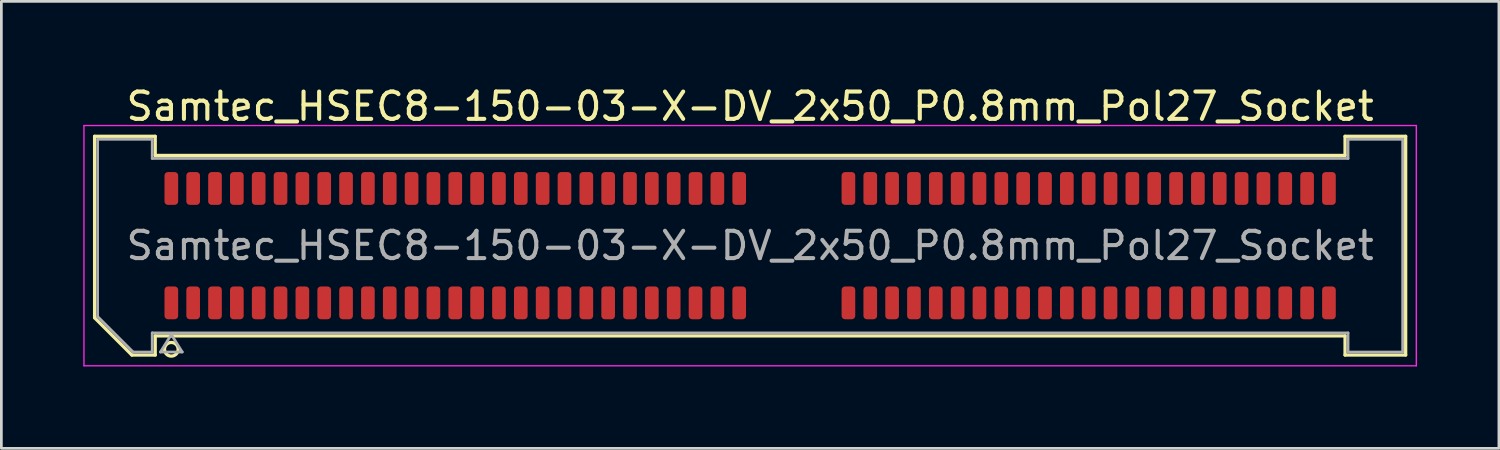
<source format=kicad_pcb>
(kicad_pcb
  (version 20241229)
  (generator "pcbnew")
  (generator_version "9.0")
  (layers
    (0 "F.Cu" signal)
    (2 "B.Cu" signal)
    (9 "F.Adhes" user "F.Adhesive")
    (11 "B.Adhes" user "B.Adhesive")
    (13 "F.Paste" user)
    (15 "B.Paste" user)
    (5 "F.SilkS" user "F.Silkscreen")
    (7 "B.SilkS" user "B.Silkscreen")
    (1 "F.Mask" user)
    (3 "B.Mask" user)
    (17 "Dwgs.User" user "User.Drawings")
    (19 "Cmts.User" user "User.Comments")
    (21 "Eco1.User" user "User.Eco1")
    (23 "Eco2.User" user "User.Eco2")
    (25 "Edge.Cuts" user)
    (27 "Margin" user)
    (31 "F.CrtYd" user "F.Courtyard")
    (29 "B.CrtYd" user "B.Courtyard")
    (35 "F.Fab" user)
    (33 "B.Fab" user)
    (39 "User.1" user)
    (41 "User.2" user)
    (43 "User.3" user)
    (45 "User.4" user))
  (footprint "Samtec_HSEC8-150-03-X-DV_2x50_P0.8mm_Pol27_Socket"
    (layer "F.Cu")
    (at 24.425 5.948)
    (property "Reference" "Samtec_HSEC8-150-03-X-DV_2x50_P0.8mm_Pol27_Socket" (at 0 -5.1 0) (layer "F.SilkS") (effects (font (size 1 1) (thickness 0.15))))
    (attr smd)
    (fp_line (start -24.01 -4.005) (end -21.79 -4.005) (stroke (width 0.12) (type solid)) (layer "F.SilkS"))
    (fp_line (start -24.01 2.641) (end -24.01 -4.005) (stroke (width 0.12) (type solid)) (layer "F.SilkS"))
    (fp_line (start -22.646 4.005) (end -24.01 2.641) (stroke (width 0.12) (type solid)) (layer "F.SilkS"))
    (fp_line (start -21.79 -4.005) (end -21.79 -3.305) (stroke (width 0.12) (type solid)) (layer "F.SilkS"))
    (fp_line (start -21.79 -3.305) (end 21.79 -3.305) (stroke (width 0.12) (type solid)) (layer "F.SilkS"))
    (fp_line (start -21.79 3.305) (end -21.79 4.005) (stroke (width 0.12) (type solid)) (layer "F.SilkS"))
    (fp_line (start -21.79 4.005) (end -22.646 4.005) (stroke (width 0.12) (type solid)) (layer "F.SilkS"))
    (fp_line (start 21.79 -4.005) (end 24.01 -4.005) (stroke (width 0.12) (type solid)) (layer "F.SilkS"))
    (fp_line (start 21.79 -3.305) (end 21.79 -4.005) (stroke (width 0.12) (type solid)) (layer "F.SilkS"))
    (fp_line (start 21.79 3.305) (end -21.79 3.305) (stroke (width 0.12) (type solid)) (layer "F.SilkS"))
    (fp_line (start 21.79 4.005) (end 21.79 3.305) (stroke (width 0.12) (type solid)) (layer "F.SilkS"))
    (fp_line (start 24.01 -4.005) (end 24.01 4.005) (stroke (width 0.12) (type solid)) (layer "F.SilkS"))
    (fp_line (start 24.01 4.005) (end 21.79 4.005) (stroke (width 0.12) (type solid)) (layer "F.SilkS"))
    (fp_circle (center -21.2 3.795) (end -20.95 3.795) (stroke (width 0.12) (type solid)) (fill no) (layer "F.SilkS"))
    (fp_line (start -24.4 -4.4) (end -24.4 4.4) (stroke (width 0.05) (type solid)) (layer "F.CrtYd"))
    (fp_line (start -24.4 4.4) (end 24.4 4.4) (stroke (width 0.05) (type solid)) (layer "F.CrtYd"))
    (fp_line (start 24.4 -4.4) (end -24.4 -4.4) (stroke (width 0.05) (type solid)) (layer "F.CrtYd"))
    (fp_line (start 24.4 4.4) (end 24.4 -4.4) (stroke (width 0.05) (type solid)) (layer "F.CrtYd"))
    (fp_line (start -23.9 -3.895) (end -21.9 -3.895) (stroke (width 0.1) (type solid)) (layer "F.Fab"))
    (fp_line (start -23.9 2.595) (end -23.9 -3.895) (stroke (width 0.1) (type solid)) (layer "F.Fab"))
    (fp_line (start -22.6 3.895) (end -23.9 2.595) (stroke (width 0.1) (type solid)) (layer "F.Fab"))
    (fp_line (start -21.9 -3.895) (end -21.9 -3.195) (stroke (width 0.1) (type solid)) (layer "F.Fab"))
    (fp_line (start -21.9 -3.195) (end 21.9 -3.195) (stroke (width 0.1) (type solid)) (layer "F.Fab"))
    (fp_line (start -21.9 3.195) (end -21.9 3.895) (stroke (width 0.1) (type solid)) (layer "F.Fab"))
    (fp_line (start -21.9 3.895) (end -22.6 3.895) (stroke (width 0.1) (type solid)) (layer "F.Fab"))
    (fp_line (start -21.6 3.895) (end -21.2 3.255) (stroke (width 0.1) (type solid)) (layer "F.Fab"))
    (fp_line (start -21.2 3.255) (end -20.8 3.895) (stroke (width 0.1) (type solid)) (layer "F.Fab"))
    (fp_line (start -20.8 3.895) (end -21.6 3.895) (stroke (width 0.1) (type solid)) (layer "F.Fab"))
    (fp_line (start 21.9 -3.895) (end 23.9 -3.895) (stroke (width 0.1) (type solid)) (layer "F.Fab"))
    (fp_line (start 21.9 -3.195) (end 21.9 -3.895) (stroke (width 0.1) (type solid)) (layer "F.Fab"))
    (fp_line (start 21.9 3.195) (end -21.9 3.195) (stroke (width 0.1) (type solid)) (layer "F.Fab"))
    (fp_line (start 21.9 3.895) (end 21.9 3.195) (stroke (width 0.1) (type solid)) (layer "F.Fab"))
    (fp_line (start 23.9 -3.895) (end 23.9 3.895) (stroke (width 0.1) (type solid)) (layer "F.Fab"))
    (fp_line (start 23.9 3.895) (end 21.9 3.895) (stroke (width 0.1) (type solid)) (layer "F.Fab"))
    (fp_text user "${REFERENCE}" (at 0 0 0) (layer "F.Fab") (effects (font (size 1 1) (thickness 0.15))))
    (pad "1" smd roundrect (at -21.2 2.095) (size 0.5 1.2) (layers "F.Cu" "F.Mask" "F.Paste") (roundrect_rratio 0.25))
    (pad "2" smd roundrect (at -21.2 -2.095) (size 0.5 1.2) (layers "F.Cu" "F.Mask" "F.Paste") (roundrect_rratio 0.25))
    (pad "3" smd roundrect (at -20.4 2.095) (size 0.5 1.2) (layers "F.Cu" "F.Mask" "F.Paste") (roundrect_rratio 0.25))
    (pad "4" smd roundrect (at -20.4 -2.095) (size 0.5 1.2) (layers "F.Cu" "F.Mask" "F.Paste") (roundrect_rratio 0.25))
    (pad "5" smd roundrect (at -19.6 2.095) (size 0.5 1.2) (layers "F.Cu" "F.Mask" "F.Paste") (roundrect_rratio 0.25))
    (pad "6" smd roundrect (at -19.6 -2.095) (size 0.5 1.2) (layers "F.Cu" "F.Mask" "F.Paste") (roundrect_rratio 0.25))
    (pad "7" smd roundrect (at -18.8 2.095) (size 0.5 1.2) (layers "F.Cu" "F.Mask" "F.Paste") (roundrect_rratio 0.25))
    (pad "8" smd roundrect (at -18.8 -2.095) (size 0.5 1.2) (layers "F.Cu" "F.Mask" "F.Paste") (roundrect_rratio 0.25))
    (pad "9" smd roundrect (at -18 2.095) (size 0.5 1.2) (layers "F.Cu" "F.Mask" "F.Paste") (roundrect_rratio 0.25))
    (pad "10" smd roundrect (at -18 -2.095) (size 0.5 1.2) (layers "F.Cu" "F.Mask" "F.Paste") (roundrect_rratio 0.25))
    (pad "11" smd roundrect (at -17.2 2.095) (size 0.5 1.2) (layers "F.Cu" "F.Mask" "F.Paste") (roundrect_rratio 0.25))
    (pad "12" smd roundrect (at -17.2 -2.095) (size 0.5 1.2) (layers "F.Cu" "F.Mask" "F.Paste") (roundrect_rratio 0.25))
    (pad "13" smd roundrect (at -16.4 2.095) (size 0.5 1.2) (layers "F.Cu" "F.Mask" "F.Paste") (roundrect_rratio 0.25))
    (pad "14" smd roundrect (at -16.4 -2.095) (size 0.5 1.2) (layers "F.Cu" "F.Mask" "F.Paste") (roundrect_rratio 0.25))
    (pad "15" smd roundrect (at -15.6 2.095) (size 0.5 1.2) (layers "F.Cu" "F.Mask" "F.Paste") (roundrect_rratio 0.25))
    (pad "16" smd roundrect (at -15.6 -2.095) (size 0.5 1.2) (layers "F.Cu" "F.Mask" "F.Paste") (roundrect_rratio 0.25))
    (pad "17" smd roundrect (at -14.8 2.095) (size 0.5 1.2) (layers "F.Cu" "F.Mask" "F.Paste") (roundrect_rratio 0.25))
    (pad "18" smd roundrect (at -14.8 -2.095) (size 0.5 1.2) (layers "F.Cu" "F.Mask" "F.Paste") (roundrect_rratio 0.25))
    (pad "19" smd roundrect (at -14 2.095) (size 0.5 1.2) (layers "F.Cu" "F.Mask" "F.Paste") (roundrect_rratio 0.25))
    (pad "20" smd roundrect (at -14 -2.095) (size 0.5 1.2) (layers "F.Cu" "F.Mask" "F.Paste") (roundrect_rratio 0.25))
    (pad "21" smd roundrect (at -13.2 2.095) (size 0.5 1.2) (layers "F.Cu" "F.Mask" "F.Paste") (roundrect_rratio 0.25))
    (pad "22" smd roundrect (at -13.2 -2.095) (size 0.5 1.2) (layers "F.Cu" "F.Mask" "F.Paste") (roundrect_rratio 0.25))
    (pad "23" smd roundrect (at -12.4 2.095) (size 0.5 1.2) (layers "F.Cu" "F.Mask" "F.Paste") (roundrect_rratio 0.25))
    (pad "24" smd roundrect (at -12.4 -2.095) (size 0.5 1.2) (layers "F.Cu" "F.Mask" "F.Paste") (roundrect_rratio 0.25))
    (pad "25" smd roundrect (at -11.6 2.095) (size 0.5 1.2) (layers "F.Cu" "F.Mask" "F.Paste") (roundrect_rratio 0.25))
    (pad "26" smd roundrect (at -11.6 -2.095) (size 0.5 1.2) (layers "F.Cu" "F.Mask" "F.Paste") (roundrect_rratio 0.25))
    (pad "27" smd roundrect (at -10.8 2.095) (size 0.5 1.2) (layers "F.Cu" "F.Mask" "F.Paste") (roundrect_rratio 0.25))
    (pad "28" smd roundrect (at -10.8 -2.095) (size 0.5 1.2) (layers "F.Cu" "F.Mask" "F.Paste") (roundrect_rratio 0.25))
    (pad "29" smd roundrect (at -10 2.095) (size 0.5 1.2) (layers "F.Cu" "F.Mask" "F.Paste") (roundrect_rratio 0.25))
    (pad "30" smd roundrect (at -10 -2.095) (size 0.5 1.2) (layers "F.Cu" "F.Mask" "F.Paste") (roundrect_rratio 0.25))
    (pad "31" smd roundrect (at -9.2 2.095) (size 0.5 1.2) (layers "F.Cu" "F.Mask" "F.Paste") (roundrect_rratio 0.25))
    (pad "32" smd roundrect (at -9.2 -2.095) (size 0.5 1.2) (layers "F.Cu" "F.Mask" "F.Paste") (roundrect_rratio 0.25))
    (pad "33" smd roundrect (at -8.4 2.095) (size 0.5 1.2) (layers "F.Cu" "F.Mask" "F.Paste") (roundrect_rratio 0.25))
    (pad "34" smd roundrect (at -8.4 -2.095) (size 0.5 1.2) (layers "F.Cu" "F.Mask" "F.Paste") (roundrect_rratio 0.25))
    (pad "35" smd roundrect (at -7.6 2.095) (size 0.5 1.2) (layers "F.Cu" "F.Mask" "F.Paste") (roundrect_rratio 0.25))
    (pad "36" smd roundrect (at -7.6 -2.095) (size 0.5 1.2) (layers "F.Cu" "F.Mask" "F.Paste") (roundrect_rratio 0.25))
    (pad "37" smd roundrect (at -6.8 2.095) (size 0.5 1.2) (layers "F.Cu" "F.Mask" "F.Paste") (roundrect_rratio 0.25))
    (pad "38" smd roundrect (at -6.8 -2.095) (size 0.5 1.2) (layers "F.Cu" "F.Mask" "F.Paste") (roundrect_rratio 0.25))
    (pad "39" smd roundrect (at -6 2.095) (size 0.5 1.2) (layers "F.Cu" "F.Mask" "F.Paste") (roundrect_rratio 0.25))
    (pad "40" smd roundrect (at -6 -2.095) (size 0.5 1.2) (layers "F.Cu" "F.Mask" "F.Paste") (roundrect_rratio 0.25))
    (pad "41" smd roundrect (at -5.2 2.095) (size 0.5 1.2) (layers "F.Cu" "F.Mask" "F.Paste") (roundrect_rratio 0.25))
    (pad "42" smd roundrect (at -5.2 -2.095) (size 0.5 1.2) (layers "F.Cu" "F.Mask" "F.Paste") (roundrect_rratio 0.25))
    (pad "43" smd roundrect (at -4.4 2.095) (size 0.5 1.2) (layers "F.Cu" "F.Mask" "F.Paste") (roundrect_rratio 0.25))
    (pad "44" smd roundrect (at -4.4 -2.095) (size 0.5 1.2) (layers "F.Cu" "F.Mask" "F.Paste") (roundrect_rratio 0.25))
    (pad "45" smd roundrect (at -3.6 2.095) (size 0.5 1.2) (layers "F.Cu" "F.Mask" "F.Paste") (roundrect_rratio 0.25))
    (pad "46" smd roundrect (at -3.6 -2.095) (size 0.5 1.2) (layers "F.Cu" "F.Mask" "F.Paste") (roundrect_rratio 0.25))
    (pad "47" smd roundrect (at -2.8 2.095) (size 0.5 1.2) (layers "F.Cu" "F.Mask" "F.Paste") (roundrect_rratio 0.25))
    (pad "48" smd roundrect (at -2.8 -2.095) (size 0.5 1.2) (layers "F.Cu" "F.Mask" "F.Paste") (roundrect_rratio 0.25))
    (pad "49" smd roundrect (at -2 2.095) (size 0.5 1.2) (layers "F.Cu" "F.Mask" "F.Paste") (roundrect_rratio 0.25))
    (pad "50" smd roundrect (at -2 -2.095) (size 0.5 1.2) (layers "F.Cu" "F.Mask" "F.Paste") (roundrect_rratio 0.25))
    (pad "51" smd roundrect (at -1.2 2.095) (size 0.5 1.2) (layers "F.Cu" "F.Mask" "F.Paste") (roundrect_rratio 0.25))
    (pad "52" smd roundrect (at -1.2 -2.095) (size 0.5 1.2) (layers "F.Cu" "F.Mask" "F.Paste") (roundrect_rratio 0.25))
    (pad "53" smd roundrect (at -0.4 2.095) (size 0.5 1.2) (layers "F.Cu" "F.Mask" "F.Paste") (roundrect_rratio 0.25))
    (pad "54" smd roundrect (at -0.4 -2.095) (size 0.5 1.2) (layers "F.Cu" "F.Mask" "F.Paste") (roundrect_rratio 0.25))
    (pad "55" smd roundrect (at 3.6 2.095) (size 0.5 1.2) (layers "F.Cu" "F.Mask" "F.Paste") (roundrect_rratio 0.25))
    (pad "56" smd roundrect (at 3.6 -2.095) (size 0.5 1.2) (layers "F.Cu" "F.Mask" "F.Paste") (roundrect_rratio 0.25))
    (pad "57" smd roundrect (at 4.4 2.095) (size 0.5 1.2) (layers "F.Cu" "F.Mask" "F.Paste") (roundrect_rratio 0.25))
    (pad "58" smd roundrect (at 4.4 -2.095) (size 0.5 1.2) (layers "F.Cu" "F.Mask" "F.Paste") (roundrect_rratio 0.25))
    (pad "59" smd roundrect (at 5.2 2.095) (size 0.5 1.2) (layers "F.Cu" "F.Mask" "F.Paste") (roundrect_rratio 0.25))
    (pad "60" smd roundrect (at 5.2 -2.095) (size 0.5 1.2) (layers "F.Cu" "F.Mask" "F.Paste") (roundrect_rratio 0.25))
    (pad "61" smd roundrect (at 6 2.095) (size 0.5 1.2) (layers "F.Cu" "F.Mask" "F.Paste") (roundrect_rratio 0.25))
    (pad "62" smd roundrect (at 6 -2.095) (size 0.5 1.2) (layers "F.Cu" "F.Mask" "F.Paste") (roundrect_rratio 0.25))
    (pad "63" smd roundrect (at 6.8 2.095) (size 0.5 1.2) (layers "F.Cu" "F.Mask" "F.Paste") (roundrect_rratio 0.25))
    (pad "64" smd roundrect (at 6.8 -2.095) (size 0.5 1.2) (layers "F.Cu" "F.Mask" "F.Paste") (roundrect_rratio 0.25))
    (pad "65" smd roundrect (at 7.6 2.095) (size 0.5 1.2) (layers "F.Cu" "F.Mask" "F.Paste") (roundrect_rratio 0.25))
    (pad "66" smd roundrect (at 7.6 -2.095) (size 0.5 1.2) (layers "F.Cu" "F.Mask" "F.Paste") (roundrect_rratio 0.25))
    (pad "67" smd roundrect (at 8.4 2.095) (size 0.5 1.2) (layers "F.Cu" "F.Mask" "F.Paste") (roundrect_rratio 0.25))
    (pad "68" smd roundrect (at 8.4 -2.095) (size 0.5 1.2) (layers "F.Cu" "F.Mask" "F.Paste") (roundrect_rratio 0.25))
    (pad "69" smd roundrect (at 9.2 2.095) (size 0.5 1.2) (layers "F.Cu" "F.Mask" "F.Paste") (roundrect_rratio 0.25))
    (pad "70" smd roundrect (at 9.2 -2.095) (size 0.5 1.2) (layers "F.Cu" "F.Mask" "F.Paste") (roundrect_rratio 0.25))
    (pad "71" smd roundrect (at 10 2.095) (size 0.5 1.2) (layers "F.Cu" "F.Mask" "F.Paste") (roundrect_rratio 0.25))
    (pad "72" smd roundrect (at 10 -2.095) (size 0.5 1.2) (layers "F.Cu" "F.Mask" "F.Paste") (roundrect_rratio 0.25))
    (pad "73" smd roundrect (at 10.8 2.095) (size 0.5 1.2) (layers "F.Cu" "F.Mask" "F.Paste") (roundrect_rratio 0.25))
    (pad "74" smd roundrect (at 10.8 -2.095) (size 0.5 1.2) (layers "F.Cu" "F.Mask" "F.Paste") (roundrect_rratio 0.25))
    (pad "75" smd roundrect (at 11.6 2.095) (size 0.5 1.2) (layers "F.Cu" "F.Mask" "F.Paste") (roundrect_rratio 0.25))
    (pad "76" smd roundrect (at 11.6 -2.095) (size 0.5 1.2) (layers "F.Cu" "F.Mask" "F.Paste") (roundrect_rratio 0.25))
    (pad "77" smd roundrect (at 12.4 2.095) (size 0.5 1.2) (layers "F.Cu" "F.Mask" "F.Paste") (roundrect_rratio 0.25))
    (pad "78" smd roundrect (at 12.4 -2.095) (size 0.5 1.2) (layers "F.Cu" "F.Mask" "F.Paste") (roundrect_rratio 0.25))
    (pad "79" smd roundrect (at 13.2 2.095) (size 0.5 1.2) (layers "F.Cu" "F.Mask" "F.Paste") (roundrect_rratio 0.25))
    (pad "80" smd roundrect (at 13.2 -2.095) (size 0.5 1.2) (layers "F.Cu" "F.Mask" "F.Paste") (roundrect_rratio 0.25))
    (pad "81" smd roundrect (at 14 2.095) (size 0.5 1.2) (layers "F.Cu" "F.Mask" "F.Paste") (roundrect_rratio 0.25))
    (pad "82" smd roundrect (at 14 -2.095) (size 0.5 1.2) (layers "F.Cu" "F.Mask" "F.Paste") (roundrect_rratio 0.25))
    (pad "83" smd roundrect (at 14.8 2.095) (size 0.5 1.2) (layers "F.Cu" "F.Mask" "F.Paste") (roundrect_rratio 0.25))
    (pad "84" smd roundrect (at 14.8 -2.095) (size 0.5 1.2) (layers "F.Cu" "F.Mask" "F.Paste") (roundrect_rratio 0.25))
    (pad "85" smd roundrect (at 15.6 2.095) (size 0.5 1.2) (layers "F.Cu" "F.Mask" "F.Paste") (roundrect_rratio 0.25))
    (pad "86" smd roundrect (at 15.6 -2.095) (size 0.5 1.2) (layers "F.Cu" "F.Mask" "F.Paste") (roundrect_rratio 0.25))
    (pad "87" smd roundrect (at 16.4 2.095) (size 0.5 1.2) (layers "F.Cu" "F.Mask" "F.Paste") (roundrect_rratio 0.25))
    (pad "88" smd roundrect (at 16.4 -2.095) (size 0.5 1.2) (layers "F.Cu" "F.Mask" "F.Paste") (roundrect_rratio 0.25))
    (pad "89" smd roundrect (at 17.2 2.095) (size 0.5 1.2) (layers "F.Cu" "F.Mask" "F.Paste") (roundrect_rratio 0.25))
    (pad "90" smd roundrect (at 17.2 -2.095) (size 0.5 1.2) (layers "F.Cu" "F.Mask" "F.Paste") (roundrect_rratio 0.25))
    (pad "91" smd roundrect (at 18 2.095) (size 0.5 1.2) (layers "F.Cu" "F.Mask" "F.Paste") (roundrect_rratio 0.25))
    (pad "92" smd roundrect (at 18 -2.095) (size 0.5 1.2) (layers "F.Cu" "F.Mask" "F.Paste") (roundrect_rratio 0.25))
    (pad "93" smd roundrect (at 18.8 2.095) (size 0.5 1.2) (layers "F.Cu" "F.Mask" "F.Paste") (roundrect_rratio 0.25))
    (pad "94" smd roundrect (at 18.8 -2.095) (size 0.5 1.2) (layers "F.Cu" "F.Mask" "F.Paste") (roundrect_rratio 0.25))
    (pad "95" smd roundrect (at 19.6 2.095) (size 0.5 1.2) (layers "F.Cu" "F.Mask" "F.Paste") (roundrect_rratio 0.25))
    (pad "96" smd roundrect (at 19.6 -2.095) (size 0.5 1.2) (layers "F.Cu" "F.Mask" "F.Paste") (roundrect_rratio 0.25))
    (pad "97" smd roundrect (at 20.4 2.095) (size 0.5 1.2) (layers "F.Cu" "F.Mask" "F.Paste") (roundrect_rratio 0.25))
    (pad "98" smd roundrect (at 20.4 -2.095) (size 0.5 1.2) (layers "F.Cu" "F.Mask" "F.Paste") (roundrect_rratio 0.25))
    (pad "99" smd roundrect (at 21.2 2.095) (size 0.5 1.2) (layers "F.Cu" "F.Mask" "F.Paste") (roundrect_rratio 0.25))
    (pad "100" smd roundrect (at 21.2 -2.095) (size 0.5 1.2) (layers "F.Cu" "F.Mask" "F.Paste") (roundrect_rratio 0.25)))
  (gr_rect
    (start -3 -3)
    (end 51.85 13.373)
    (stroke (width 0.1) (type default))
    (fill no)
    (layer "Edge.Cuts")))
</source>
